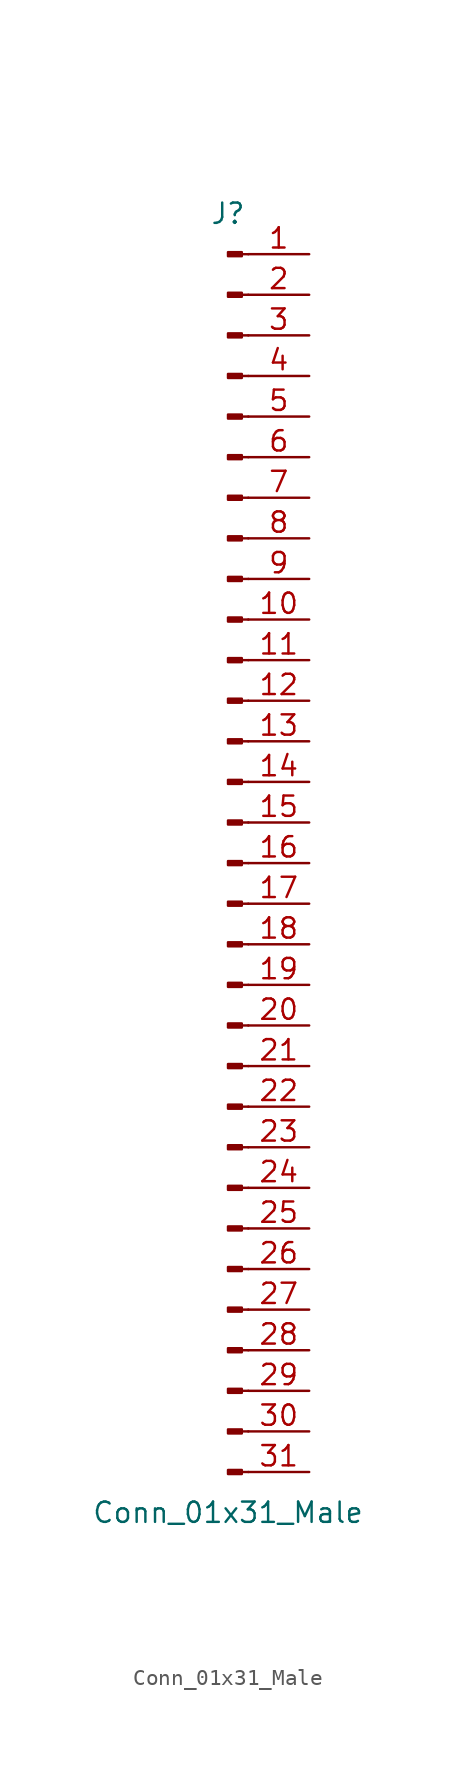
<source format=kicad_sym>
(kicad_symbol_lib
  (version 20201005)
  (generator kicad_symbol_editor)
  (symbol "Conn_01x31_Male"
    (pin_names
      (offset 1.016) hide)
    (property "Reference" "J"
      (at 0 40.64 0)
      (effects (font (size 1.27 1.27))))
    (property "Value" "Conn_01x31_Male"
      (at 0 -40.64 0)
      (effects (font (size 1.27 1.27))))
    (symbol "Conn_01x31_Male_1_1"
      (rectangle (start 0.864 -37.973) (end 0 -38.227) (stroke (width 0.152)) (fill (type outline)))
      (rectangle (start 0.864 -35.433) (end 0 -35.687) (stroke (width 0.152)) (fill (type outline)))
      (rectangle (start 0.864 -32.893) (end 0 -33.147) (stroke (width 0.152)) (fill (type outline)))
      (rectangle (start 0.864 -30.353) (end 0 -30.607) (stroke (width 0.152)) (fill (type outline)))
      (rectangle (start 0.864 -27.813) (end 0 -28.067) (stroke (width 0.152)) (fill (type outline)))
      (rectangle (start 0.864 -25.273) (end 0 -25.527) (stroke (width 0.152)) (fill (type outline)))
      (rectangle (start 0.864 -22.733) (end 0 -22.987) (stroke (width 0.152)) (fill (type outline)))
      (rectangle (start 0.864 -20.193) (end 0 -20.447) (stroke (width 0.152)) (fill (type outline)))
      (rectangle (start 0.864 -17.653) (end 0 -17.907) (stroke (width 0.152)) (fill (type outline)))
      (rectangle (start 0.864 -15.113) (end 0 -15.367) (stroke (width 0.152)) (fill (type outline)))
      (rectangle (start 0.864 -12.573) (end 0 -12.827) (stroke (width 0.152)) (fill (type outline)))
      (rectangle (start 0.864 -10.033) (end 0 -10.287) (stroke (width 0.152)) (fill (type outline)))
      (rectangle (start 0.864 -7.493) (end 0 -7.747) (stroke (width 0.152)) (fill (type outline)))
      (rectangle (start 0.864 -4.953) (end 0 -5.207) (stroke (width 0.152)) (fill (type outline)))
      (rectangle (start 0.864 -2.413) (end 0 -2.667) (stroke (width 0.152)) (fill (type outline)))
      (rectangle (start 0.864 0.127) (end 0 -0.127) (stroke (width 0.152)) (fill (type outline)))
      (rectangle (start 0.864 2.667) (end 0 2.413) (stroke (width 0.152)) (fill (type outline)))
      (rectangle (start 0.864 5.207) (end 0 4.953) (stroke (width 0.152)) (fill (type outline)))
      (rectangle (start 0.864 7.747) (end 0 7.493) (stroke (width 0.152)) (fill (type outline)))
      (rectangle (start 0.864 10.287) (end 0 10.033) (stroke (width 0.152)) (fill (type outline)))
      (rectangle (start 0.864 12.827) (end 0 12.573) (stroke (width 0.152)) (fill (type outline)))
      (rectangle (start 0.864 15.367) (end 0 15.113) (stroke (width 0.152)) (fill (type outline)))
      (rectangle (start 0.864 17.907) (end 0 17.653) (stroke (width 0.152)) (fill (type outline)))
      (rectangle (start 0.864 20.447) (end 0 20.193) (stroke (width 0.152)) (fill (type outline)))
      (rectangle (start 0.864 22.987) (end 0 22.733) (stroke (width 0.152)) (fill (type outline)))
      (rectangle (start 0.864 25.527) (end 0 25.273) (stroke (width 0.152)) (fill (type outline)))
      (rectangle (start 0.864 28.067) (end 0 27.813) (stroke (width 0.152)) (fill (type outline)))
      (rectangle (start 0.864 30.607) (end 0 30.353) (stroke (width 0.152)) (fill (type outline)))
      (rectangle (start 0.864 33.147) (end 0 32.893) (stroke (width 0.152)) (fill (type outline)))
      (rectangle (start 0.864 35.687) (end 0 35.433) (stroke (width 0.152)) (fill (type outline)))
      (rectangle (start 0.864 38.227) (end 0 37.973) (stroke (width 0.152)) (fill (type outline)))
      (polyline (pts (xy 1.27 -38.1) (xy 0.864 -38.1)) (stroke (width 0.152)) (fill (type none)))
      (polyline (pts (xy 1.27 -35.56) (xy 0.864 -35.56)) (stroke (width 0.152)) (fill (type none)))
      (polyline (pts (xy 1.27 -33.02) (xy 0.864 -33.02)) (stroke (width 0.152)) (fill (type none)))
      (polyline (pts (xy 1.27 -30.48) (xy 0.864 -30.48)) (stroke (width 0.152)) (fill (type none)))
      (polyline (pts (xy 1.27 -27.94) (xy 0.864 -27.94)) (stroke (width 0.152)) (fill (type none)))
      (polyline (pts (xy 1.27 -25.4) (xy 0.864 -25.4)) (stroke (width 0.152)) (fill (type none)))
      (polyline (pts (xy 1.27 -22.86) (xy 0.864 -22.86)) (stroke (width 0.152)) (fill (type none)))
      (polyline (pts (xy 1.27 -20.32) (xy 0.864 -20.32)) (stroke (width 0.152)) (fill (type none)))
      (polyline (pts (xy 1.27 -17.78) (xy 0.864 -17.78)) (stroke (width 0.152)) (fill (type none)))
      (polyline (pts (xy 1.27 -15.24) (xy 0.864 -15.24)) (stroke (width 0.152)) (fill (type none)))
      (polyline (pts (xy 1.27 -12.7) (xy 0.864 -12.7)) (stroke (width 0.152)) (fill (type none)))
      (polyline (pts (xy 1.27 -10.16) (xy 0.864 -10.16)) (stroke (width 0.152)) (fill (type none)))
      (polyline (pts (xy 1.27 -7.62) (xy 0.864 -7.62)) (stroke (width 0.152)) (fill (type none)))
      (polyline (pts (xy 1.27 -5.08) (xy 0.864 -5.08)) (stroke (width 0.152)) (fill (type none)))
      (polyline (pts (xy 1.27 -2.54) (xy 0.864 -2.54)) (stroke (width 0.152)) (fill (type none)))
      (polyline (pts (xy 1.27 0) (xy 0.864 0)) (stroke (width 0.152)) (fill (type none)))
      (polyline (pts (xy 1.27 2.54) (xy 0.864 2.54)) (stroke (width 0.152)) (fill (type none)))
      (polyline (pts (xy 1.27 5.08) (xy 0.864 5.08)) (stroke (width 0.152)) (fill (type none)))
      (polyline (pts (xy 1.27 7.62) (xy 0.864 7.62)) (stroke (width 0.152)) (fill (type none)))
      (polyline (pts (xy 1.27 10.16) (xy 0.864 10.16)) (stroke (width 0.152)) (fill (type none)))
      (polyline (pts (xy 1.27 12.7) (xy 0.864 12.7)) (stroke (width 0.152)) (fill (type none)))
      (polyline (pts (xy 1.27 15.24) (xy 0.864 15.24)) (stroke (width 0.152)) (fill (type none)))
      (polyline (pts (xy 1.27 17.78) (xy 0.864 17.78)) (stroke (width 0.152)) (fill (type none)))
      (polyline (pts (xy 1.27 20.32) (xy 0.864 20.32)) (stroke (width 0.152)) (fill (type none)))
      (polyline (pts (xy 1.27 22.86) (xy 0.864 22.86)) (stroke (width 0.152)) (fill (type none)))
      (polyline (pts (xy 1.27 25.4) (xy 0.864 25.4)) (stroke (width 0.152)) (fill (type none)))
      (polyline (pts (xy 1.27 27.94) (xy 0.864 27.94)) (stroke (width 0.152)) (fill (type none)))
      (polyline (pts (xy 1.27 30.48) (xy 0.864 30.48)) (stroke (width 0.152)) (fill (type none)))
      (polyline (pts (xy 1.27 33.02) (xy 0.864 33.02)) (stroke (width 0.152)) (fill (type none)))
      (polyline (pts (xy 1.27 35.56) (xy 0.864 35.56)) (stroke (width 0.152)) (fill (type none)))
      (polyline (pts (xy 1.27 38.1) (xy 0.864 38.1)) (stroke (width 0.152)) (fill (type none)))
      (pin passive line (at 5.08 38.1 180) (length 3.81) (name "Pin_1" (effects (font (size 1.27 1.27)))) (number "1" (effects (font (size 1.27 1.27)))))
      (pin passive line (at 5.08 15.24 180) (length 3.81) (name "Pin_10" (effects (font (size 1.27 1.27)))) (number "10" (effects (font (size 1.27 1.27)))))
      (pin passive line (at 5.08 12.7 180) (length 3.81) (name "Pin_11" (effects (font (size 1.27 1.27)))) (number "11" (effects (font (size 1.27 1.27)))))
      (pin passive line (at 5.08 10.16 180) (length 3.81) (name "Pin_12" (effects (font (size 1.27 1.27)))) (number "12" (effects (font (size 1.27 1.27)))))
      (pin passive line (at 5.08 7.62 180) (length 3.81) (name "Pin_13" (effects (font (size 1.27 1.27)))) (number "13" (effects (font (size 1.27 1.27)))))
      (pin passive line (at 5.08 5.08 180) (length 3.81) (name "Pin_14" (effects (font (size 1.27 1.27)))) (number "14" (effects (font (size 1.27 1.27)))))
      (pin passive line (at 5.08 2.54 180) (length 3.81) (name "Pin_15" (effects (font (size 1.27 1.27)))) (number "15" (effects (font (size 1.27 1.27)))))
      (pin passive line (at 5.08 0 180) (length 3.81) (name "Pin_16" (effects (font (size 1.27 1.27)))) (number "16" (effects (font (size 1.27 1.27)))))
      (pin passive line (at 5.08 -2.54 180) (length 3.81) (name "Pin_17" (effects (font (size 1.27 1.27)))) (number "17" (effects (font (size 1.27 1.27)))))
      (pin passive line (at 5.08 -5.08 180) (length 3.81) (name "Pin_18" (effects (font (size 1.27 1.27)))) (number "18" (effects (font (size 1.27 1.27)))))
      (pin passive line (at 5.08 -7.62 180) (length 3.81) (name "Pin_19" (effects (font (size 1.27 1.27)))) (number "19" (effects (font (size 1.27 1.27)))))
      (pin passive line (at 5.08 35.56 180) (length 3.81) (name "Pin_2" (effects (font (size 1.27 1.27)))) (number "2" (effects (font (size 1.27 1.27)))))
      (pin passive line (at 5.08 -10.16 180) (length 3.81) (name "Pin_20" (effects (font (size 1.27 1.27)))) (number "20" (effects (font (size 1.27 1.27)))))
      (pin passive line (at 5.08 -12.7 180) (length 3.81) (name "Pin_21" (effects (font (size 1.27 1.27)))) (number "21" (effects (font (size 1.27 1.27)))))
      (pin passive line (at 5.08 -15.24 180) (length 3.81) (name "Pin_22" (effects (font (size 1.27 1.27)))) (number "22" (effects (font (size 1.27 1.27)))))
      (pin passive line (at 5.08 -17.78 180) (length 3.81) (name "Pin_23" (effects (font (size 1.27 1.27)))) (number "23" (effects (font (size 1.27 1.27)))))
      (pin passive line (at 5.08 -20.32 180) (length 3.81) (name "Pin_24" (effects (font (size 1.27 1.27)))) (number "24" (effects (font (size 1.27 1.27)))))
      (pin passive line (at 5.08 -22.86 180) (length 3.81) (name "Pin_25" (effects (font (size 1.27 1.27)))) (number "25" (effects (font (size 1.27 1.27)))))
      (pin passive line (at 5.08 -25.4 180) (length 3.81) (name "Pin_26" (effects (font (size 1.27 1.27)))) (number "26" (effects (font (size 1.27 1.27)))))
      (pin passive line (at 5.08 -27.94 180) (length 3.81) (name "Pin_27" (effects (font (size 1.27 1.27)))) (number "27" (effects (font (size 1.27 1.27)))))
      (pin passive line (at 5.08 -30.48 180) (length 3.81) (name "Pin_28" (effects (font (size 1.27 1.27)))) (number "28" (effects (font (size 1.27 1.27)))))
      (pin passive line (at 5.08 -33.02 180) (length 3.81) (name "Pin_29" (effects (font (size 1.27 1.27)))) (number "29" (effects (font (size 1.27 1.27)))))
      (pin passive line (at 5.08 33.02 180) (length 3.81) (name "Pin_3" (effects (font (size 1.27 1.27)))) (number "3" (effects (font (size 1.27 1.27)))))
      (pin passive line (at 5.08 -35.56 180) (length 3.81) (name "Pin_30" (effects (font (size 1.27 1.27)))) (number "30" (effects (font (size 1.27 1.27)))))
      (pin passive line (at 5.08 -38.1 180) (length 3.81) (name "Pin_31" (effects (font (size 1.27 1.27)))) (number "31" (effects (font (size 1.27 1.27)))))
      (pin passive line (at 5.08 30.48 180) (length 3.81) (name "Pin_4" (effects (font (size 1.27 1.27)))) (number "4" (effects (font (size 1.27 1.27)))))
      (pin passive line (at 5.08 27.94 180) (length 3.81) (name "Pin_5" (effects (font (size 1.27 1.27)))) (number "5" (effects (font (size 1.27 1.27)))))
      (pin passive line (at 5.08 25.4 180) (length 3.81) (name "Pin_6" (effects (font (size 1.27 1.27)))) (number "6" (effects (font (size 1.27 1.27)))))
      (pin passive line (at 5.08 22.86 180) (length 3.81) (name "Pin_7" (effects (font (size 1.27 1.27)))) (number "7" (effects (font (size 1.27 1.27)))))
      (pin passive line (at 5.08 20.32 180) (length 3.81) (name "Pin_8" (effects (font (size 1.27 1.27)))) (number "8" (effects (font (size 1.27 1.27)))))
      (pin passive line (at 5.08 17.78 180) (length 3.81) (name "Pin_9" (effects (font (size 1.27 1.27)))) (number "9" (effects (font (size 1.27 1.27))))))))
</source>
